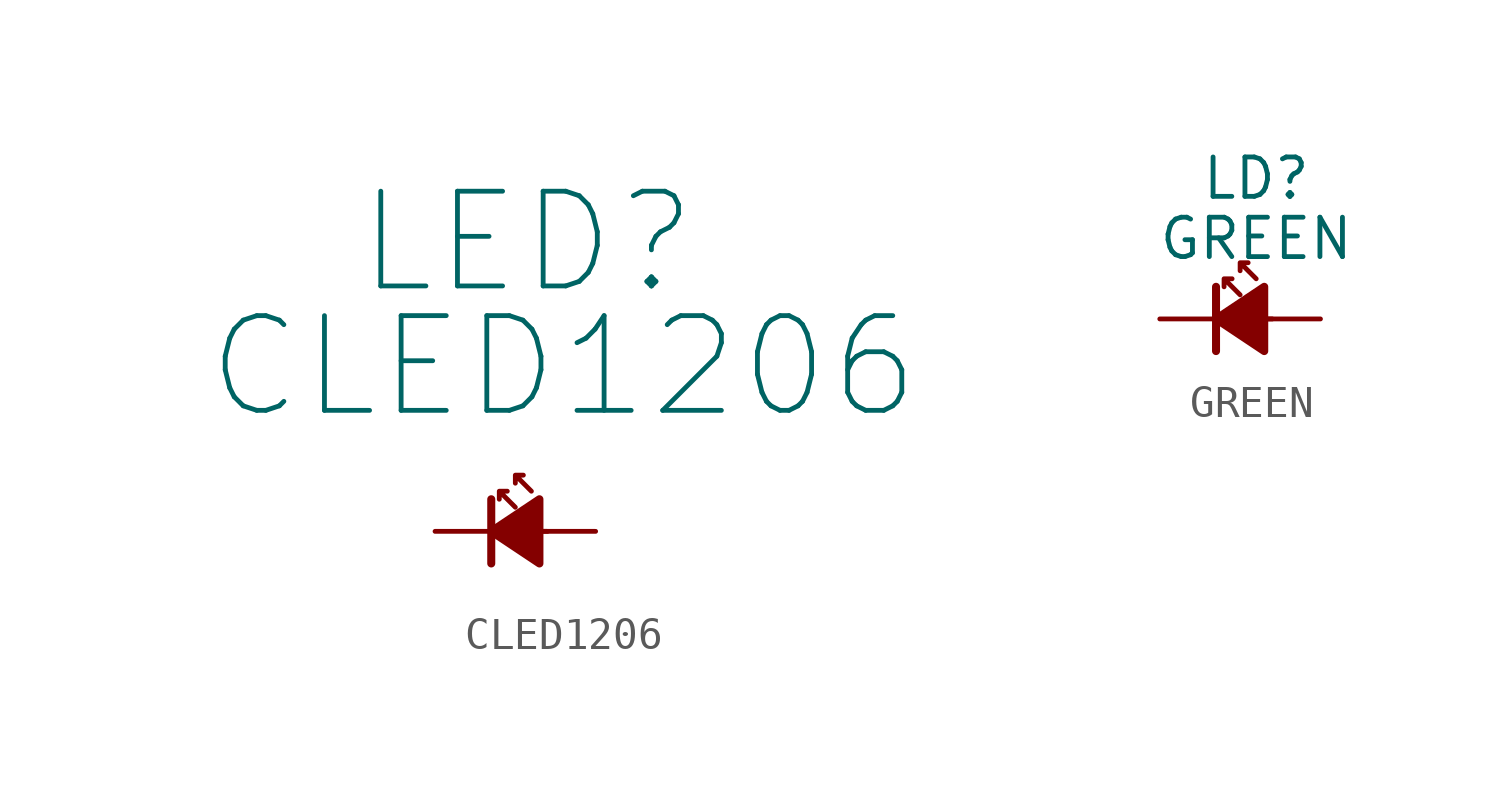
<source format=kicad_sym>
(kicad_symbol_lib
  (version 20241209)
  (generator "kicad_symbol_editor")
  (generator_version "9.0")
  (symbol "CLED1206"
    (pin_numbers
      (hide yes))
    (pin_names
      (offset 0)
      (hide yes))
    (property "Reference" "LED"
      (at -0.127 9.144 0)
      (effects (font (size 2.997 2.997))))
    (property "Value" "CLED1206"
      (at 1.016 5.207 0)
      (effects (font (size 2.997 2.997))))
    (symbol "CLED1206_1_1"
      (polyline (pts (xy -1.27 -1.016) (xy -1.27 1.016)) (stroke (width 0.254) (type solid)) (fill (type none)))
      (polyline (pts (xy -0.508 0.762) (xy -1.016 1.27) (xy -0.762 1.27) (xy -1.016 1.27) (xy -1.016 1.016)) (stroke (width 0) (type solid)) (fill (type none)))
      (polyline (pts (xy 0 1.27) (xy -0.508 1.778) (xy -0.254 1.778) (xy -0.508 1.778) (xy -0.508 1.524)) (stroke (width 0) (type solid)) (fill (type none)))
      (polyline (pts (xy 0.254 -1.016) (xy -1.27 0) (xy 0.254 1.016) (xy 0.254 -1.016)) (stroke (width 0.254) (type solid)) (fill (type outline)))
      (polyline (pts (xy 0.508 0) (xy -1.27 0)) (stroke (width 0) (type solid)) (fill (type none)))
      (pin passive line (at -3.048 0 0) (length 1.778) (name "K" (effects (font (size 1.27 1.27)))) (number "1" (effects (font (size 1.27 1.27)))))
      (pin passive line (at 2.032 0 180) (length 1.778) (name "A" (effects (font (size 1.27 1.27)))) (number "2" (effects (font (size 1.27 1.27)))))))
  (symbol "GREEN"
    (pin_numbers
      (hide yes))
    (pin_names
      (offset 0)
      (hide yes))
    (property "Reference" "LD"
      (at 0 4.445 0)
      (effects (font (size 1.245 1.245))))
    (property "Value" "GREEN"
      (at 0 2.54 0)
      (effects (font (size 1.245 1.245))))
    (symbol "GREEN_1_1"
      (polyline (pts (xy -1.27 -1.016) (xy -1.27 1.016)) (stroke (width 0.254) (type solid)) (fill (type none)))
      (polyline (pts (xy -0.508 0.762) (xy -1.016 1.27) (xy -0.762 1.27) (xy -1.016 1.27) (xy -1.016 1.016)) (stroke (width 0) (type solid)) (fill (type none)))
      (polyline (pts (xy 0 1.27) (xy -0.508 1.778) (xy -0.254 1.778) (xy -0.508 1.778) (xy -0.508 1.524)) (stroke (width 0) (type solid)) (fill (type none)))
      (polyline (pts (xy 0.254 -1.016) (xy -1.27 0) (xy 0.254 1.016) (xy 0.254 -1.016)) (stroke (width 0.254) (type solid)) (fill (type outline)))
      (polyline (pts (xy 0.508 0) (xy -1.27 0)) (stroke (width 0) (type solid)) (fill (type none)))
      (pin passive line (at -3.048 0 0) (length 1.778) (name "K" (effects (font (size 1.27 1.27)))) (number "1" (effects (font (size 1.27 1.27)))))
      (pin passive line (at 2.032 0 180) (length 1.778) (name "A" (effects (font (size 1.27 1.27)))) (number "2" (effects (font (size 1.27 1.27))))))))
</source>
